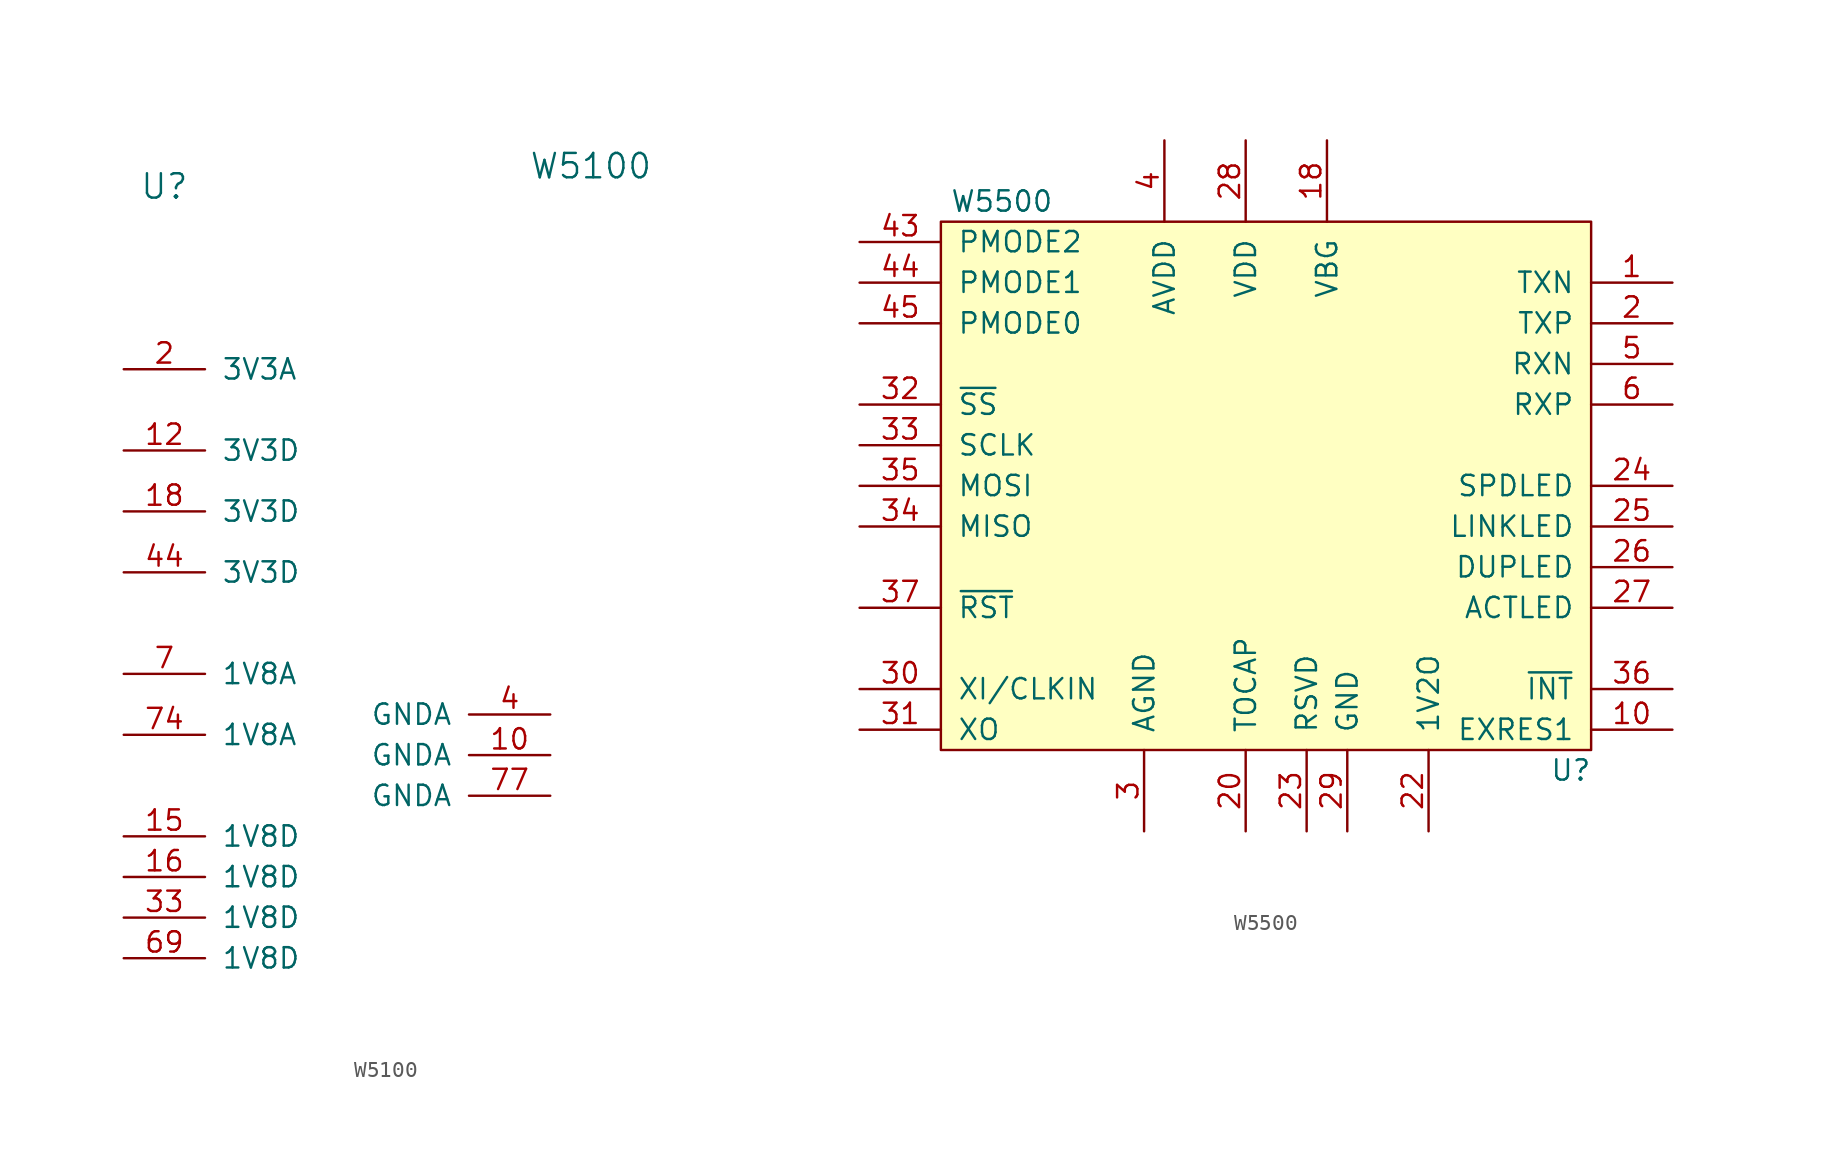
<source format=kicad_sym>
(kicad_symbol_lib
  (version 20241209)
  (generator "kicad_symbol_editor")
  (generator_version "9.0")
  (symbol "W5100"
    (pin_names
      (offset 1.016))
    (property "Reference" "U"
      (at -8.89 8.89 0)
      (effects (font (size 1.524 1.524))))
    (property "Value" "W5100"
      (at 17.78 10.16 0)
      (effects (font (size 1.524 1.524))))
    (property "ki_locked" ""
      (at 0 0 0)
      (effects (font (size 1.27 1.27))))
    (symbol "W5100_1_1"
      (pin power_in line (at -11.43 -2.54 0) (length 5.08) (name "3V3A" (effects (font (size 1.27 1.27)))) (number "2" (effects (font (size 1.27 1.27)))))
      (pin power_in line (at -11.43 -7.62 0) (length 5.08) (name "3V3D" (effects (font (size 1.27 1.27)))) (number "12" (effects (font (size 1.27 1.27)))))
      (pin power_in line (at -11.43 -11.43 0) (length 5.08) (name "3V3D" (effects (font (size 1.27 1.27)))) (number "18" (effects (font (size 1.27 1.27)))))
      (pin power_in line (at -11.43 -15.24 0) (length 5.08) (name "3V3D" (effects (font (size 1.27 1.27)))) (number "44" (effects (font (size 1.27 1.27)))))
      (pin power_in line (at -11.43 -21.59 0) (length 5.08) (name "1V8A" (effects (font (size 1.27 1.27)))) (number "7" (effects (font (size 1.27 1.27)))))
      (pin power_in line (at -11.43 -25.4 0) (length 5.08) (name "1V8A" (effects (font (size 1.27 1.27)))) (number "74" (effects (font (size 1.27 1.27)))))
      (pin power_in line (at -11.43 -31.75 0) (length 5.08) (name "1V8D" (effects (font (size 1.27 1.27)))) (number "15" (effects (font (size 1.27 1.27)))))
      (pin power_in line (at -11.43 -34.29 0) (length 5.08) (name "1V8D" (effects (font (size 1.27 1.27)))) (number "16" (effects (font (size 1.27 1.27)))))
      (pin power_in line (at -11.43 -36.83 0) (length 5.08) (name "1V8D" (effects (font (size 1.27 1.27)))) (number "33" (effects (font (size 1.27 1.27)))))
      (pin power_in line (at -11.43 -39.37 0) (length 5.08) (name "1V8D" (effects (font (size 1.27 1.27)))) (number "69" (effects (font (size 1.27 1.27)))))
      (pin power_in line (at 15.24 -24.13 180) (length 5.08) (name "GNDA" (effects (font (size 1.27 1.27)))) (number "4" (effects (font (size 1.27 1.27)))))
      (pin power_in line (at 15.24 -26.67 180) (length 5.08) (name "GNDA" (effects (font (size 1.27 1.27)))) (number "10" (effects (font (size 1.27 1.27)))))
      (pin power_in line (at 15.24 -29.21 180) (length 5.08) (name "GNDA" (effects (font (size 1.27 1.27)))) (number "77" (effects (font (size 1.27 1.27)))))))
  (symbol "W5500"
    (pin_names
      (offset 1.016))
    (property "Reference" "U"
      (at 19.05 -17.78 0)
      (effects (font (size 1.27 1.27))))
    (property "Value" "W5500"
      (at -16.51 17.78 0)
      (effects (font (size 1.27 1.27))))
    (symbol "W5500_0_1"
      (rectangle (start -20.32 16.51) (end 20.32 -16.51) (stroke (width 0) (type solid)) (fill (type background))))
    (symbol "W5500_1_1"
      (pin input line (at -25.4 15.24 0) (length 5.08) (name "PMODE2" (effects (font (size 1.27 1.27)))) (number "43" (effects (font (size 1.27 1.27)))))
      (pin input line (at -25.4 12.7 0) (length 5.08) (name "PMODE1" (effects (font (size 1.27 1.27)))) (number "44" (effects (font (size 1.27 1.27)))))
      (pin input line (at -25.4 10.16 0) (length 5.08) (name "PMODE0" (effects (font (size 1.27 1.27)))) (number "45" (effects (font (size 1.27 1.27)))))
      (pin input line (at -25.4 5.08 0) (length 5.08) (name "~{SS}" (effects (font (size 1.27 1.27)))) (number "32" (effects (font (size 1.27 1.27)))))
      (pin input line (at -25.4 2.54 0) (length 5.08) (name "SCLK" (effects (font (size 1.27 1.27)))) (number "33" (effects (font (size 1.27 1.27)))))
      (pin input line (at -25.4 0 0) (length 5.08) (name "MOSI" (effects (font (size 1.27 1.27)))) (number "35" (effects (font (size 1.27 1.27)))))
      (pin output line (at -25.4 -2.54 0) (length 5.08) (name "MISO" (effects (font (size 1.27 1.27)))) (number "34" (effects (font (size 1.27 1.27)))))
      (pin output line (at -25.4 -7.62 0) (length 5.08) (name "~{RST}" (effects (font (size 1.27 1.27)))) (number "37" (effects (font (size 1.27 1.27)))))
      (pin input line (at -25.4 -12.7 0) (length 5.08) (name "XI/CLKIN" (effects (font (size 1.27 1.27)))) (number "30" (effects (font (size 1.27 1.27)))))
      (pin output line (at -25.4 -15.24 0) (length 5.08) (name "XO" (effects (font (size 1.27 1.27)))) (number "31" (effects (font (size 1.27 1.27)))))
      (pin passive line (at -7.62 -21.59 90) (length 5.08) (hide yes) (name "AGND" (effects (font (size 1.27 1.27)))) (number "14" (effects (font (size 1.27 1.27)))))
      (pin passive line (at -7.62 -21.59 90) (length 5.08) (hide yes) (name "AGND" (effects (font (size 1.27 1.27)))) (number "16" (effects (font (size 1.27 1.27)))))
      (pin passive line (at -7.62 -21.59 90) (length 5.08) (hide yes) (name "AGND" (effects (font (size 1.27 1.27)))) (number "19" (effects (font (size 1.27 1.27)))))
      (pin power_in line (at -7.62 -21.59 90) (length 5.08) (name "AGND" (effects (font (size 1.27 1.27)))) (number "3" (effects (font (size 1.27 1.27)))))
      (pin passive line (at -7.62 -21.59 90) (length 5.08) (hide yes) (name "AGND" (effects (font (size 1.27 1.27)))) (number "48" (effects (font (size 1.27 1.27)))))
      (pin passive line (at -7.62 -21.59 90) (length 5.08) (hide yes) (name "AGND" (effects (font (size 1.27 1.27)))) (number "9" (effects (font (size 1.27 1.27)))))
      (pin passive line (at -6.35 21.59 270) (length 5.08) (hide yes) (name "AVDD" (effects (font (size 1.27 1.27)))) (number "11" (effects (font (size 1.27 1.27)))))
      (pin passive line (at -6.35 21.59 270) (length 5.08) (hide yes) (name "AVDD" (effects (font (size 1.27 1.27)))) (number "15" (effects (font (size 1.27 1.27)))))
      (pin passive line (at -6.35 21.59 270) (length 5.08) (hide yes) (name "AVDD" (effects (font (size 1.27 1.27)))) (number "17" (effects (font (size 1.27 1.27)))))
      (pin passive line (at -6.35 21.59 270) (length 5.08) (hide yes) (name "AVDD" (effects (font (size 1.27 1.27)))) (number "21" (effects (font (size 1.27 1.27)))))
      (pin power_in line (at -6.35 21.59 270) (length 5.08) (name "AVDD" (effects (font (size 1.27 1.27)))) (number "4" (effects (font (size 1.27 1.27)))))
      (pin passive line (at -6.35 21.59 270) (length 5.08) (hide yes) (name "AVDD" (effects (font (size 1.27 1.27)))) (number "8" (effects (font (size 1.27 1.27)))))
      (pin power_in line (at -1.27 21.59 270) (length 5.08) (name "VDD" (effects (font (size 1.27 1.27)))) (number "28" (effects (font (size 1.27 1.27)))))
      (pin output line (at -1.27 -21.59 90) (length 5.08) (name "TOCAP" (effects (font (size 1.27 1.27)))) (number "20" (effects (font (size 1.27 1.27)))))
      (pin no_connect line (at 0 11.43 180) (length 5.08) (hide yes) (name "NC" (effects (font (size 1.27 1.27)))) (number "7" (effects (font (size 1.27 1.27)))))
      (pin no_connect line (at 0 8.89 180) (length 5.08) (hide yes) (name "NC" (effects (font (size 1.27 1.27)))) (number "12" (effects (font (size 1.27 1.27)))))
      (pin no_connect line (at 0 6.35 180) (length 5.08) (hide yes) (name "NC" (effects (font (size 1.27 1.27)))) (number "13" (effects (font (size 1.27 1.27)))))
      (pin no_connect line (at 0 3.81 180) (length 5.08) (hide yes) (name "NC" (effects (font (size 1.27 1.27)))) (number "47" (effects (font (size 1.27 1.27)))))
      (pin no_connect line (at 0 1.27 180) (length 5.08) (hide yes) (name "NC" (effects (font (size 1.27 1.27)))) (number "46" (effects (font (size 1.27 1.27)))))
      (pin no_connect line (at 0 -1.27 180) (length 5.08) (hide yes) (name "RSVD" (effects (font (size 1.27 1.27)))) (number "42" (effects (font (size 1.27 1.27)))))
      (pin no_connect line (at 0 -3.81 180) (length 5.08) (hide yes) (name "RSVD" (effects (font (size 1.27 1.27)))) (number "41" (effects (font (size 1.27 1.27)))))
      (pin no_connect line (at 0 -6.35 180) (length 5.08) (hide yes) (name "RSVD" (effects (font (size 1.27 1.27)))) (number "40" (effects (font (size 1.27 1.27)))))
      (pin no_connect line (at 0 -8.89 180) (length 5.08) (hide yes) (name "RSVD" (effects (font (size 1.27 1.27)))) (number "39" (effects (font (size 1.27 1.27)))))
      (pin no_connect line (at 0 -11.43 180) (length 5.08) (hide yes) (name "RSVD" (effects (font (size 1.27 1.27)))) (number "38" (effects (font (size 1.27 1.27)))))
      (pin input line (at 2.54 -21.59 90) (length 5.08) (name "RSVD" (effects (font (size 1.27 1.27)))) (number "23" (effects (font (size 1.27 1.27)))))
      (pin output line (at 3.81 21.59 270) (length 5.08) (name "VBG" (effects (font (size 1.27 1.27)))) (number "18" (effects (font (size 1.27 1.27)))))
      (pin power_in line (at 5.08 -21.59 90) (length 5.08) (name "GND" (effects (font (size 1.27 1.27)))) (number "29" (effects (font (size 1.27 1.27)))))
      (pin output line (at 10.16 -21.59 90) (length 5.08) (name "1V2O" (effects (font (size 1.27 1.27)))) (number "22" (effects (font (size 1.27 1.27)))))
      (pin output line (at 25.4 12.7 180) (length 5.08) (name "TXN" (effects (font (size 1.27 1.27)))) (number "1" (effects (font (size 1.27 1.27)))))
      (pin output line (at 25.4 10.16 180) (length 5.08) (name "TXP" (effects (font (size 1.27 1.27)))) (number "2" (effects (font (size 1.27 1.27)))))
      (pin input line (at 25.4 7.62 180) (length 5.08) (name "RXN" (effects (font (size 1.27 1.27)))) (number "5" (effects (font (size 1.27 1.27)))))
      (pin input line (at 25.4 5.08 180) (length 5.08) (name "RXP" (effects (font (size 1.27 1.27)))) (number "6" (effects (font (size 1.27 1.27)))))
      (pin output line (at 25.4 0 180) (length 5.08) (name "SPDLED" (effects (font (size 1.27 1.27)))) (number "24" (effects (font (size 1.27 1.27)))))
      (pin output line (at 25.4 -2.54 180) (length 5.08) (name "LINKLED" (effects (font (size 1.27 1.27)))) (number "25" (effects (font (size 1.27 1.27)))))
      (pin output line (at 25.4 -5.08 180) (length 5.08) (name "DUPLED" (effects (font (size 1.27 1.27)))) (number "26" (effects (font (size 1.27 1.27)))))
      (pin output line (at 25.4 -7.62 180) (length 5.08) (name "ACTLED" (effects (font (size 1.27 1.27)))) (number "27" (effects (font (size 1.27 1.27)))))
      (pin output line (at 25.4 -12.7 180) (length 5.08) (name "~{INT}" (effects (font (size 1.27 1.27)))) (number "36" (effects (font (size 1.27 1.27)))))
      (pin bidirectional line (at 25.4 -15.24 180) (length 5.08) (name "EXRES1" (effects (font (size 1.27 1.27)))) (number "10" (effects (font (size 1.27 1.27))))))))
</source>
